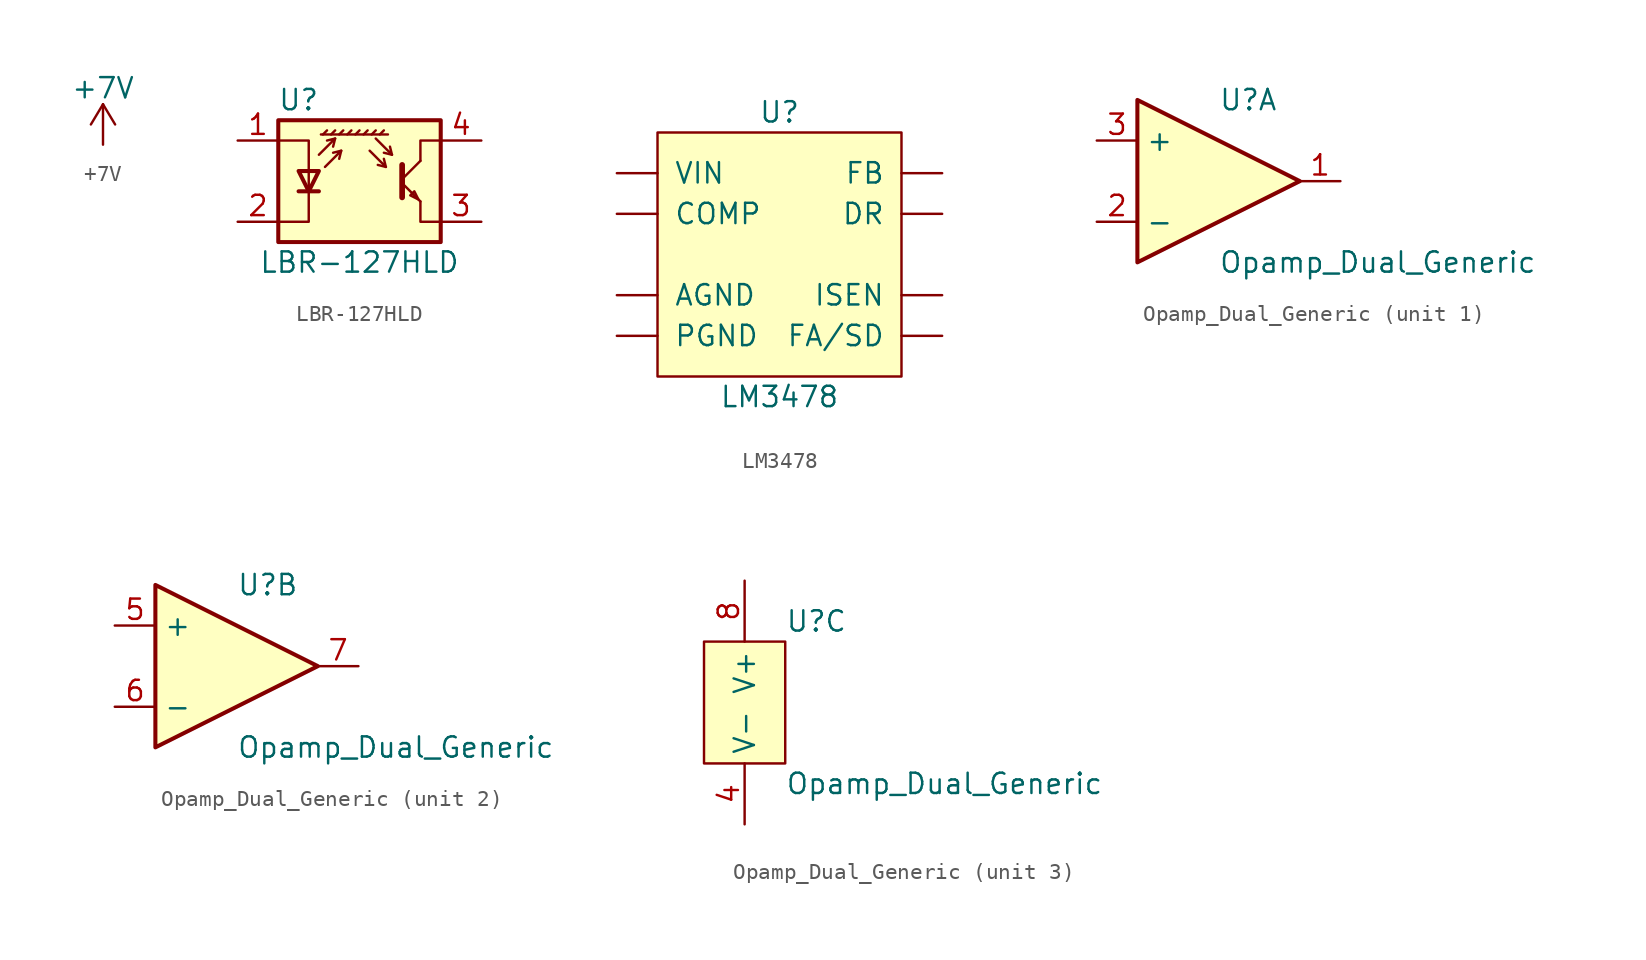
<source format=kicad_sym>
(kicad_symbol_lib
  (version 20220914)
  (generator kicad_symbol_editor)
  (symbol "+7V"
    (power)
    (pin_names
      (offset 0))
    (property "Reference" "#PWR"
      (at 0 -3.81 0)
      (effects (font (size 1.27 1.27)) hide))
    (property "Value" "+7V"
      (at 0 3.556 0)
      (effects (font (size 1.27 1.27))))
    (property "Footprint" ""
      (at 0 0 0)
      (effects (font (size 1.27 1.27))))
    (property "Datasheet" ""
      (at 0 0 0)
      (effects (font (size 1.27 1.27))))
    (symbol "+7V_0_1"
      (polyline (pts (xy -0.762 1.27) (xy 0 2.54)) (stroke (width 0) (type solid)) (fill (type none)))
      (polyline (pts (xy 0 0) (xy 0 2.54)) (stroke (width 0) (type solid)) (fill (type none)))
      (polyline (pts (xy 0 2.54) (xy 0.762 1.27)) (stroke (width 0) (type solid)) (fill (type none))))
    (symbol "+7V_1_1"
      (pin power_in line (at 0 0 90) (length 0) hide (name "+7V" (effects (font (size 1.27 1.27)))) (number "1" (effects (font (size 1.27 1.27)))))))
  (symbol "LBR-127HLD"
    (pin_names
      (offset 1.016) hide)
    (property "Reference" "U"
      (at -3.81 5.08 0)
      (effects (font (size 1.27 1.27))))
    (property "Value" "LBR-127HLD"
      (at 0 -5.08 0)
      (effects (font (size 1.27 1.27))))
    (symbol "LBR-127HLD_0_1"
      (polyline (pts (xy -3.81 -0.635) (xy -2.54 -0.635)) (stroke (width 0.254) (type solid)) (fill (type none)))
      (polyline (pts (xy -2.286 2.921) (xy -2.032 3.175)) (stroke (width 0) (type solid)) (fill (type none)))
      (polyline (pts (xy -1.778 2.921) (xy -1.524 3.175)) (stroke (width 0) (type solid)) (fill (type none)))
      (polyline (pts (xy -1.524 2.667) (xy -1.651 2.159)) (stroke (width 0) (type solid)) (fill (type none)))
      (polyline (pts (xy -1.27 2.921) (xy -1.016 3.175)) (stroke (width 0) (type solid)) (fill (type none)))
      (polyline (pts (xy -1.143 1.905) (xy -1.27 1.397)) (stroke (width 0) (type solid)) (fill (type none)))
      (polyline (pts (xy -0.762 2.921) (xy -0.508 3.175)) (stroke (width 0) (type solid)) (fill (type none)))
      (polyline (pts (xy -0.254 2.921) (xy 0 3.175)) (stroke (width 0) (type solid)) (fill (type none)))
      (polyline (pts (xy 0.254 2.921) (xy 0.508 3.175)) (stroke (width 0) (type solid)) (fill (type none)))
      (polyline (pts (xy 0.762 2.921) (xy 1.016 3.175)) (stroke (width 0) (type solid)) (fill (type none)))
      (polyline (pts (xy 1.27 2.921) (xy 1.524 3.175)) (stroke (width 0) (type solid)) (fill (type none)))
      (polyline (pts (xy 1.651 0.889) (xy 1.143 1.016)) (stroke (width 0) (type solid)) (fill (type none)))
      (polyline (pts (xy 1.778 2.921) (xy -2.413 2.921)) (stroke (width 0) (type solid)) (fill (type none)))
      (polyline (pts (xy 2.032 1.651) (xy 1.524 1.778)) (stroke (width 0) (type solid)) (fill (type none)))
      (polyline (pts (xy 2.667 -0.127) (xy 3.81 -1.27)) (stroke (width 0) (type solid)) (fill (type none)))
      (polyline (pts (xy 2.667 0.127) (xy 3.81 1.27)) (stroke (width 0) (type solid)) (fill (type none)))
      (polyline (pts (xy -2.54 1.651) (xy -1.524 2.667) (xy -2.032 2.54)) (stroke (width 0) (type solid)) (fill (type none)))
      (polyline (pts (xy -2.159 0.889) (xy -1.143 1.905) (xy -1.651 1.778)) (stroke (width 0) (type solid)) (fill (type none)))
      (polyline (pts (xy 0.635 1.905) (xy 1.651 0.889) (xy 1.524 1.397)) (stroke (width 0) (type solid)) (fill (type none)))
      (polyline (pts (xy 1.016 2.667) (xy 2.032 1.651) (xy 1.905 2.159)) (stroke (width 0) (type solid)) (fill (type none)))
      (polyline (pts (xy 2.667 1.016) (xy 2.667 -1.016) (xy 2.667 -1.016)) (stroke (width 0.356) (type solid)) (fill (type none)))
      (polyline (pts (xy 3.81 -1.27) (xy 3.81 -2.54) (xy 5.08 -2.54)) (stroke (width 0) (type solid)) (fill (type none)))
      (polyline (pts (xy 3.81 1.27) (xy 3.81 2.54) (xy 5.08 2.54)) (stroke (width 0) (type solid)) (fill (type none)))
      (polyline (pts (xy -5.08 -2.54) (xy -3.175 -2.54) (xy -3.175 2.54) (xy -5.08 2.54)) (stroke (width 0) (type solid)) (fill (type none)))
      (polyline (pts (xy -3.175 -0.635) (xy -3.81 0.635) (xy -2.54 0.635) (xy -3.175 -0.635)) (stroke (width 0.254) (type solid)) (fill (type none)))
      (polyline (pts (xy 3.683 -1.143) (xy 3.429 -0.635) (xy 3.175 -0.889) (xy 3.683 -1.143)) (stroke (width 0) (type solid)) (fill (type none)))
      (polyline (pts (xy -5.08 -3.81) (xy 5.08 -3.81) (xy 5.08 3.81) (xy -5.08 3.81) (xy -5.08 -3.81)) (stroke (width 0.254) (type solid)) (fill (type background))))
    (symbol "LBR-127HLD_1_1"
      (pin passive line (at -7.62 2.54 0) (length 2.54) (name "A" (effects (font (size 1.27 1.27)))) (number "1" (effects (font (size 1.27 1.27)))))
      (pin passive line (at -7.62 -2.54 0) (length 2.54) (name "K" (effects (font (size 1.27 1.27)))) (number "2" (effects (font (size 1.27 1.27)))))
      (pin open_emitter line (at 7.62 -2.54 180) (length 2.54) (name "E" (effects (font (size 1.27 1.27)))) (number "3" (effects (font (size 1.27 1.27)))))
      (pin open_collector line (at 7.62 2.54 180) (length 2.54) (name "C" (effects (font (size 1.27 1.27)))) (number "4" (effects (font (size 1.27 1.27)))))))
  (symbol "LM3478"
    (pin_names
      (offset 1.016))
    (property "Reference" "U"
      (at 0 8.89 0)
      (effects (font (size 1.27 1.27))))
    (property "Value" "LM3478"
      (at 0 -8.89 0)
      (effects (font (size 1.27 1.27))))
    (symbol "LM3478_0_1"
      (rectangle (start -7.62 7.62) (end 7.62 -7.62) (stroke (width 0) (type solid)) (fill (type background))))
    (symbol "LM3478_1_1"
      (pin power_in line (at -10.16 -2.54 0) (length 2.54) (name "AGND" (effects (font (size 1.27 1.27)))) (number "~" (effects (font (size 1.27 1.27)))))
      (pin passive line (at -10.16 2.54 0) (length 2.54) (name "COMP" (effects (font (size 1.27 1.27)))) (number "~" (effects (font (size 1.27 1.27)))))
      (pin passive line (at 10.16 2.54 180) (length 2.54) (name "DR" (effects (font (size 1.27 1.27)))) (number "~" (effects (font (size 1.27 1.27)))))
      (pin passive line (at 10.16 -5.08 180) (length 2.54) (name "FA/SD" (effects (font (size 1.27 1.27)))) (number "~" (effects (font (size 1.27 1.27)))))
      (pin passive line (at 10.16 5.08 180) (length 2.54) (name "FB" (effects (font (size 1.27 1.27)))) (number "~" (effects (font (size 1.27 1.27)))))
      (pin passive line (at 10.16 -2.54 180) (length 2.54) (name "ISEN" (effects (font (size 1.27 1.27)))) (number "~" (effects (font (size 1.27 1.27)))))
      (pin power_in line (at -10.16 -5.08 0) (length 2.54) (name "PGND" (effects (font (size 1.27 1.27)))) (number "~" (effects (font (size 1.27 1.27)))))
      (pin power_in line (at -10.16 5.08 0) (length 2.54) (name "VIN" (effects (font (size 1.27 1.27)))) (number "~" (effects (font (size 1.27 1.27)))))))
  (symbol "Opamp_Dual_Generic"
    (property "Reference" "U"
      (at 0 5.08 0)
      (effects (font (size 1.27 1.27)) (justify left)))
    (property "Value" "Opamp_Dual_Generic"
      (at 0 -5.08 0)
      (effects (font (size 1.27 1.27)) (justify left)))
    (property "ki_locked" ""
      (at 0 0 0)
      (effects (font (size 1.27 1.27))))
    (symbol "Opamp_Dual_Generic_1_1"
      (polyline (pts (xy -5.08 5.08) (xy 5.08 0) (xy -5.08 -5.08) (xy -5.08 5.08)) (stroke (width 0.254) (type solid)) (fill (type background)))
      (pin output line (at 7.62 0 180) (length 2.54) (name "~" (effects (font (size 1.27 1.27)))) (number "1" (effects (font (size 1.27 1.27)))))
      (pin input line (at -7.62 -2.54 0) (length 2.54) (name "-" (effects (font (size 1.27 1.27)))) (number "2" (effects (font (size 1.27 1.27)))))
      (pin input line (at -7.62 2.54 0) (length 2.54) (name "+" (effects (font (size 1.27 1.27)))) (number "3" (effects (font (size 1.27 1.27))))))
    (symbol "Opamp_Dual_Generic_2_1"
      (polyline (pts (xy -5.08 5.08) (xy 5.08 0) (xy -5.08 -5.08) (xy -5.08 5.08)) (stroke (width 0.254) (type solid)) (fill (type background)))
      (pin input line (at -7.62 2.54 0) (length 2.54) (name "+" (effects (font (size 1.27 1.27)))) (number "5" (effects (font (size 1.27 1.27)))))
      (pin input line (at -7.62 -2.54 0) (length 2.54) (name "-" (effects (font (size 1.27 1.27)))) (number "6" (effects (font (size 1.27 1.27)))))
      (pin output line (at 7.62 0 180) (length 2.54) (name "~" (effects (font (size 1.27 1.27)))) (number "7" (effects (font (size 1.27 1.27))))))
    (symbol "Opamp_Dual_Generic_3_1"
      (rectangle (start -5.08 3.81) (end 0 -3.81) (stroke (width 0) (type solid)) (fill (type background)))
      (pin power_in line (at -2.54 -7.62 90) (length 3.81) (name "V-" (effects (font (size 1.27 1.27)))) (number "4" (effects (font (size 1.27 1.27)))))
      (pin power_in line (at -2.54 7.62 270) (length 3.81) (name "V+" (effects (font (size 1.27 1.27)))) (number "8" (effects (font (size 1.27 1.27))))))))
</source>
